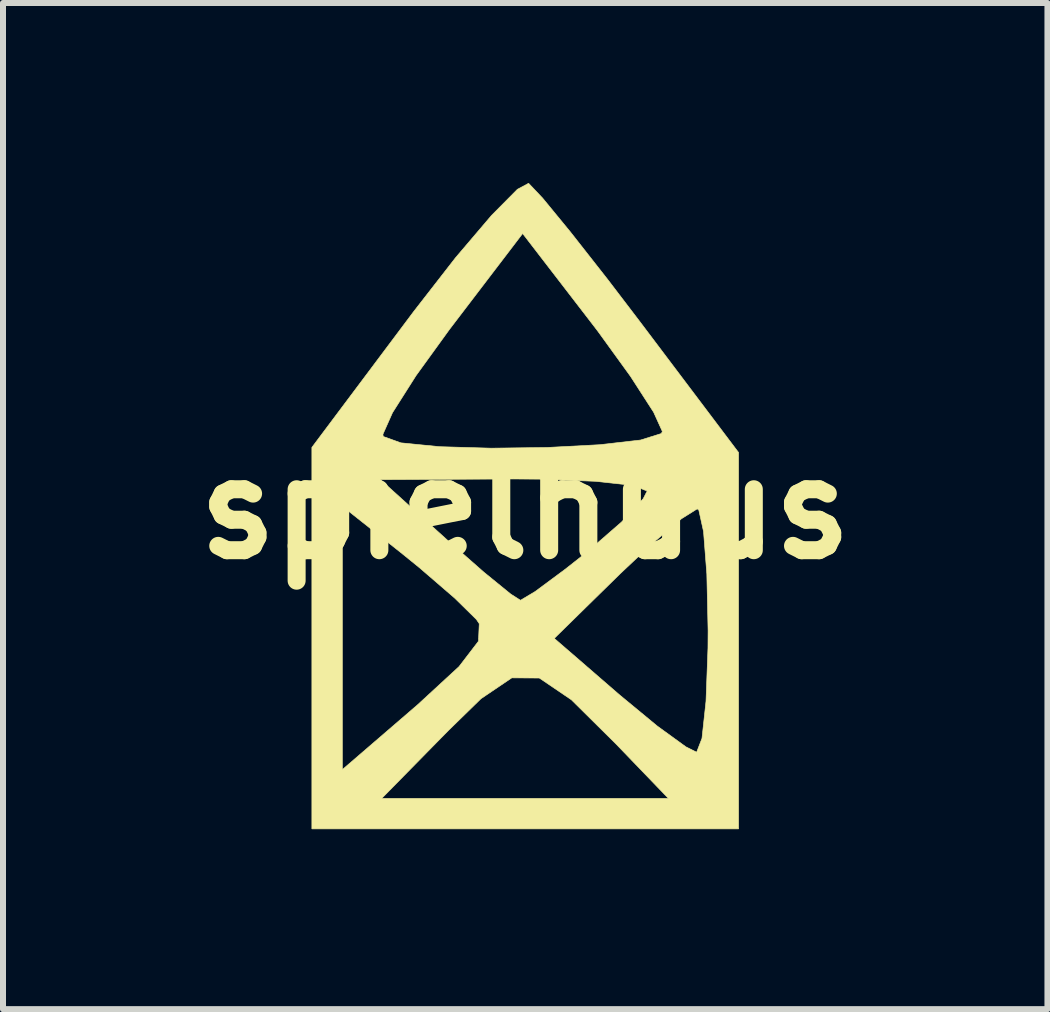
<source format=kicad_pcb>
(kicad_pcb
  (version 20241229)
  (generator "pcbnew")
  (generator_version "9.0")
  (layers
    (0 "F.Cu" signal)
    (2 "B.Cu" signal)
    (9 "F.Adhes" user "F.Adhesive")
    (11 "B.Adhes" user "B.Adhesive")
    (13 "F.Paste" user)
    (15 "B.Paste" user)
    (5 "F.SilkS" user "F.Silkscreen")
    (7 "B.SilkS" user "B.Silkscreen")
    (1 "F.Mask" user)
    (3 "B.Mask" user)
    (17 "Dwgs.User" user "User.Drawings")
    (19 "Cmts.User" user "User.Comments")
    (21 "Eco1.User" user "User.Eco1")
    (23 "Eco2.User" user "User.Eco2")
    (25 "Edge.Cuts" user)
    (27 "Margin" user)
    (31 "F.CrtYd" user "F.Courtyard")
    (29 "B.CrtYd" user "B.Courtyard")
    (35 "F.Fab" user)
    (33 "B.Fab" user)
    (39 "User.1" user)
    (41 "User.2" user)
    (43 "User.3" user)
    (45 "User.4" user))
  (footprint "spielhuus"
    (layer "F.Cu")
    (at 5.704 5.431)
    (property "Reference" "spielhuus" (at 0 0 0) (layer "F.SilkS") (effects (font (size 1.524 1.524) (thickness 0.3))))
    (attr through_hole)
    (fp_poly (pts (xy 0.29 -5.179) (xy 0.753 -4.615) (xy 1.374 -3.824) (xy 1.914 -3.116) (xy 3.556 -0.939) (xy 3.556 5.334) (xy -3.556 5.334) (xy -3.556 4.826) (xy -2.392 4.826) (xy 2.386 4.826) (xy 1.51 3.916) (xy 0.77 3.183) (xy 0.235 2.82) (xy -0.224 2.817) (xy -0.737 3.164) (xy -1.282 3.696) (xy -2.392 4.826) (xy -3.556 4.826) (xy -3.556 2.155) (xy -3.556 2.152) (xy -3.048 2.152) (xy -3.048 4.346) (xy -1.791 3.263) (xy -1.103 2.629) (xy -0.779 2.206) (xy -0.777 2.159) (xy 0.484 2.159) (xy 1.576 3.104) (xy 2.202 3.621) (xy 2.679 3.967) (xy 2.857 4.056) (xy 2.946 3.826) (xy 3.013 3.208) (xy 3.046 2.32) (xy 3.048 2.032) (xy 3.027 1.088) (xy 2.972 0.378) (xy 2.893 0.02) (xy 2.867 0) (xy 2.604 0.165) (xy 2.102 0.592) (xy 1.585 1.079) (xy 0.484 2.159) (xy -0.777 2.159) (xy -0.766 1.914) (xy -0.814 1.843) (xy -1.174 1.489) (xy -1.763 0.981) (xy -2.071 0.731) (xy -3.048 -0.043) (xy -3.048 2.152) (xy -3.556 2.152) (xy -3.556 -0.487) (xy -2.413 -0.487) (xy -1.301 0.518) (xy -0.69 1.055) (xy -0.242 1.42) (xy -0.079 1.524) (xy 0.164 1.379) (xy 0.666 1.007) (xy 1.031 0.719) (xy 1.605 0.22) (xy 1.967 -0.17) (xy 2.032 -0.297) (xy 1.797 -0.39) (xy 1.17 -0.459) (xy 0.264 -0.495) (xy -0.191 -0.498) (xy -2.413 -0.487) (xy -3.556 -0.487) (xy -3.556 -1.024) (xy -3.392 -1.243) (xy -2.372 -1.243) (xy -2.367 -1.206) (xy -2.072 -1.1) (xy -1.427 -1.036) (xy -0.568 -1.011) (xy 0.368 -1.023) (xy 1.243 -1.069) (xy 1.922 -1.147) (xy 2.268 -1.255) (xy 2.286 -1.289) (xy 2.14 -1.611) (xy 1.755 -2.208) (xy 1.21 -2.961) (xy 1.122 -3.076) (xy -0.043 -4.589) (xy -1.261 -2.993) (xy -1.819 -2.222) (xy -2.212 -1.603) (xy -2.372 -1.243) (xy -3.392 -1.243) (xy -1.857 -3.291) (xy -1.161 -4.186) (xy -0.562 -4.89) (xy -0.13 -5.326) (xy 0.056 -5.426) (xy 0.29 -5.179)) (stroke (width 0.01) (type solid)) (fill yes) (layer "F.SilkS")))
  (gr_rect
    (start -3 -3)
    (end 14.408 13.77)
    (stroke (width 0.1) (type default))
    (fill no)
    (layer "Edge.Cuts")))
</source>
